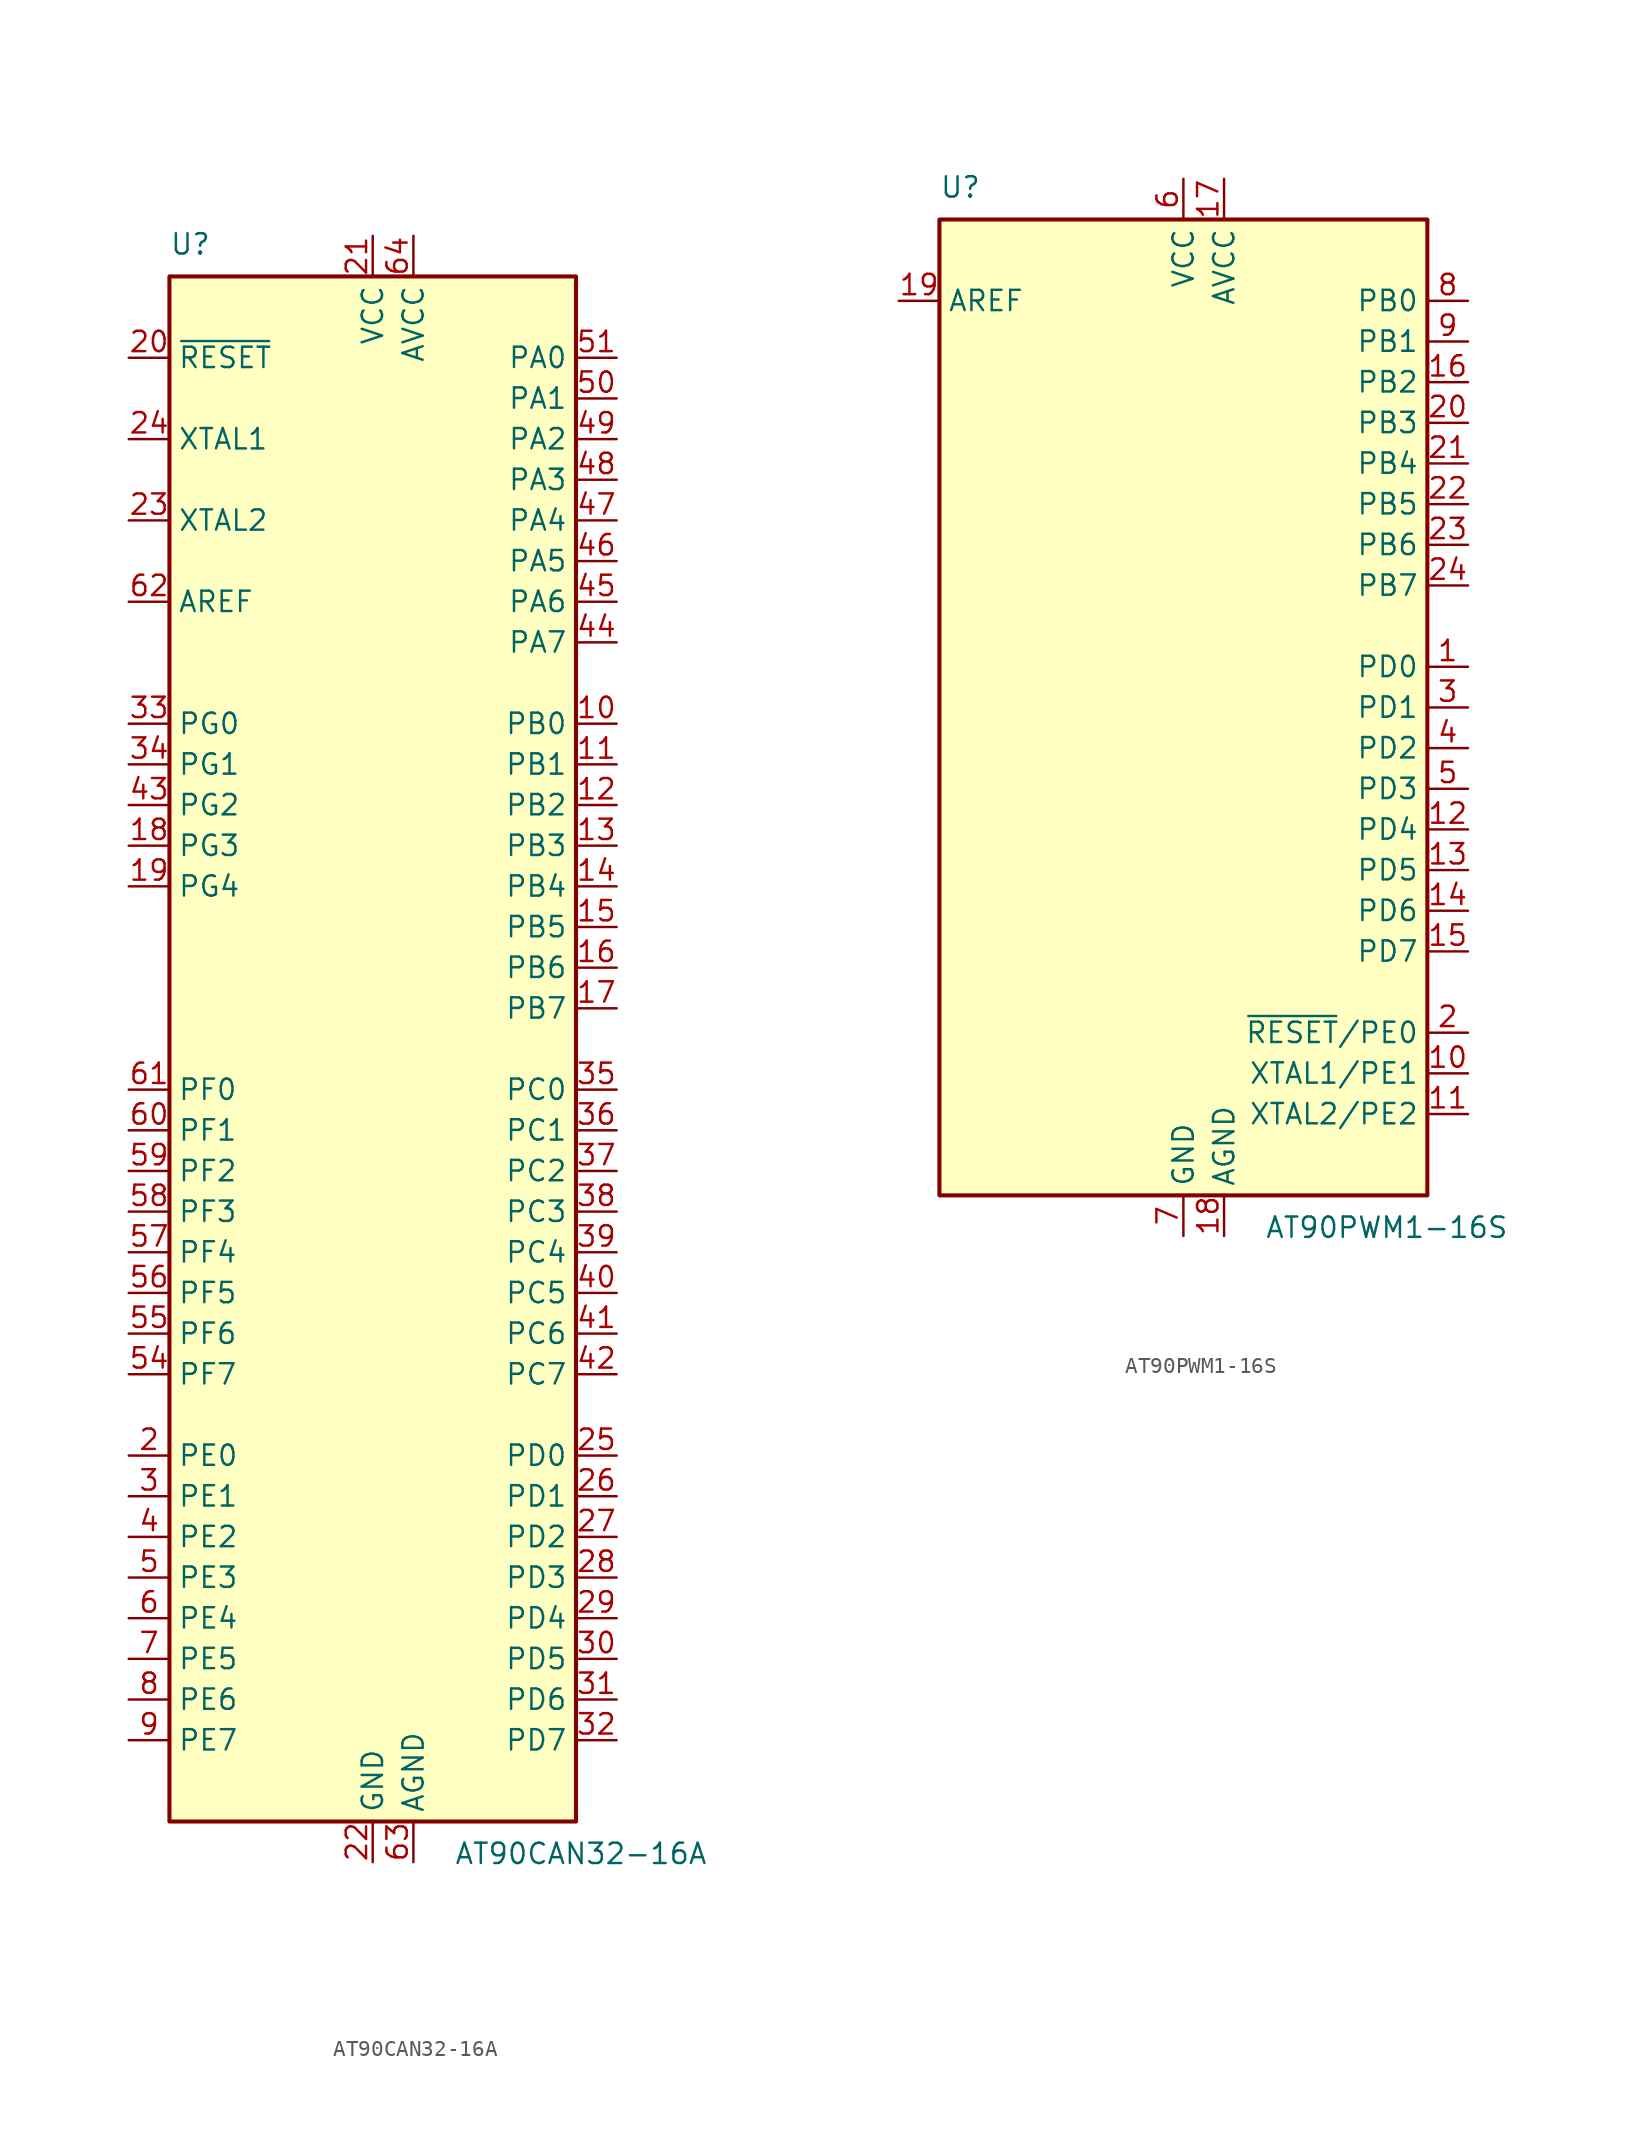
<source format=kicad_sym>
(kicad_symbol_lib
  (version 20211014)
  (generator kicad_symbol_editor)
  (symbol "AT90CAN32-16A"
    (property "Reference" "U"
      (at -12.7 49.53 0)
      (effects (font (size 1.27 1.27)) (justify left bottom)))
    (property "Value" "AT90CAN32-16A"
      (at 5.08 -49.53 0)
      (effects (font (size 1.27 1.27)) (justify left top)))
    (symbol "AT90CAN32-16A_0_1"
      (rectangle (start -12.7 -48.26) (end 12.7 48.26) (stroke (width 0.254) (type default) (color 0 0 0 0)) (fill (type background))))
    (symbol "AT90CAN32-16A_1_1"
      (pin no_connect line (at -12.7 -45.72 0) (length 2.54) hide (name "NC" (effects (font (size 1.27 1.27)))) (number "1" (effects (font (size 1.27 1.27)))))
      (pin bidirectional line (at 15.24 20.32 180) (length 2.54) (name "PB0" (effects (font (size 1.27 1.27)))) (number "10" (effects (font (size 1.27 1.27)))))
      (pin bidirectional line (at 15.24 17.78 180) (length 2.54) (name "PB1" (effects (font (size 1.27 1.27)))) (number "11" (effects (font (size 1.27 1.27)))))
      (pin bidirectional line (at 15.24 15.24 180) (length 2.54) (name "PB2" (effects (font (size 1.27 1.27)))) (number "12" (effects (font (size 1.27 1.27)))))
      (pin bidirectional line (at 15.24 12.7 180) (length 2.54) (name "PB3" (effects (font (size 1.27 1.27)))) (number "13" (effects (font (size 1.27 1.27)))))
      (pin bidirectional line (at 15.24 10.16 180) (length 2.54) (name "PB4" (effects (font (size 1.27 1.27)))) (number "14" (effects (font (size 1.27 1.27)))))
      (pin bidirectional line (at 15.24 7.62 180) (length 2.54) (name "PB5" (effects (font (size 1.27 1.27)))) (number "15" (effects (font (size 1.27 1.27)))))
      (pin bidirectional line (at 15.24 5.08 180) (length 2.54) (name "PB6" (effects (font (size 1.27 1.27)))) (number "16" (effects (font (size 1.27 1.27)))))
      (pin bidirectional line (at 15.24 2.54 180) (length 2.54) (name "PB7" (effects (font (size 1.27 1.27)))) (number "17" (effects (font (size 1.27 1.27)))))
      (pin bidirectional line (at -15.24 12.7 0) (length 2.54) (name "PG3" (effects (font (size 1.27 1.27)))) (number "18" (effects (font (size 1.27 1.27)))))
      (pin bidirectional line (at -15.24 10.16 0) (length 2.54) (name "PG4" (effects (font (size 1.27 1.27)))) (number "19" (effects (font (size 1.27 1.27)))))
      (pin bidirectional line (at -15.24 -25.4 0) (length 2.54) (name "PE0" (effects (font (size 1.27 1.27)))) (number "2" (effects (font (size 1.27 1.27)))))
      (pin input line (at -15.24 43.18 0) (length 2.54) (name "~{RESET}" (effects (font (size 1.27 1.27)))) (number "20" (effects (font (size 1.27 1.27)))))
      (pin power_in line (at 0 50.8 270) (length 2.54) (name "VCC" (effects (font (size 1.27 1.27)))) (number "21" (effects (font (size 1.27 1.27)))))
      (pin power_in line (at 0 -50.8 90) (length 2.54) (name "GND" (effects (font (size 1.27 1.27)))) (number "22" (effects (font (size 1.27 1.27)))))
      (pin output line (at -15.24 33.02 0) (length 2.54) (name "XTAL2" (effects (font (size 1.27 1.27)))) (number "23" (effects (font (size 1.27 1.27)))))
      (pin input line (at -15.24 38.1 0) (length 2.54) (name "XTAL1" (effects (font (size 1.27 1.27)))) (number "24" (effects (font (size 1.27 1.27)))))
      (pin bidirectional line (at 15.24 -25.4 180) (length 2.54) (name "PD0" (effects (font (size 1.27 1.27)))) (number "25" (effects (font (size 1.27 1.27)))))
      (pin bidirectional line (at 15.24 -27.94 180) (length 2.54) (name "PD1" (effects (font (size 1.27 1.27)))) (number "26" (effects (font (size 1.27 1.27)))))
      (pin bidirectional line (at 15.24 -30.48 180) (length 2.54) (name "PD2" (effects (font (size 1.27 1.27)))) (number "27" (effects (font (size 1.27 1.27)))))
      (pin bidirectional line (at 15.24 -33.02 180) (length 2.54) (name "PD3" (effects (font (size 1.27 1.27)))) (number "28" (effects (font (size 1.27 1.27)))))
      (pin bidirectional line (at 15.24 -35.56 180) (length 2.54) (name "PD4" (effects (font (size 1.27 1.27)))) (number "29" (effects (font (size 1.27 1.27)))))
      (pin bidirectional line (at -15.24 -27.94 0) (length 2.54) (name "PE1" (effects (font (size 1.27 1.27)))) (number "3" (effects (font (size 1.27 1.27)))))
      (pin bidirectional line (at 15.24 -38.1 180) (length 2.54) (name "PD5" (effects (font (size 1.27 1.27)))) (number "30" (effects (font (size 1.27 1.27)))))
      (pin bidirectional line (at 15.24 -40.64 180) (length 2.54) (name "PD6" (effects (font (size 1.27 1.27)))) (number "31" (effects (font (size 1.27 1.27)))))
      (pin bidirectional line (at 15.24 -43.18 180) (length 2.54) (name "PD7" (effects (font (size 1.27 1.27)))) (number "32" (effects (font (size 1.27 1.27)))))
      (pin bidirectional line (at -15.24 20.32 0) (length 2.54) (name "PG0" (effects (font (size 1.27 1.27)))) (number "33" (effects (font (size 1.27 1.27)))))
      (pin bidirectional line (at -15.24 17.78 0) (length 2.54) (name "PG1" (effects (font (size 1.27 1.27)))) (number "34" (effects (font (size 1.27 1.27)))))
      (pin bidirectional line (at 15.24 -2.54 180) (length 2.54) (name "PC0" (effects (font (size 1.27 1.27)))) (number "35" (effects (font (size 1.27 1.27)))))
      (pin bidirectional line (at 15.24 -5.08 180) (length 2.54) (name "PC1" (effects (font (size 1.27 1.27)))) (number "36" (effects (font (size 1.27 1.27)))))
      (pin bidirectional line (at 15.24 -7.62 180) (length 2.54) (name "PC2" (effects (font (size 1.27 1.27)))) (number "37" (effects (font (size 1.27 1.27)))))
      (pin bidirectional line (at 15.24 -10.16 180) (length 2.54) (name "PC3" (effects (font (size 1.27 1.27)))) (number "38" (effects (font (size 1.27 1.27)))))
      (pin bidirectional line (at 15.24 -12.7 180) (length 2.54) (name "PC4" (effects (font (size 1.27 1.27)))) (number "39" (effects (font (size 1.27 1.27)))))
      (pin bidirectional line (at -15.24 -30.48 0) (length 2.54) (name "PE2" (effects (font (size 1.27 1.27)))) (number "4" (effects (font (size 1.27 1.27)))))
      (pin bidirectional line (at 15.24 -15.24 180) (length 2.54) (name "PC5" (effects (font (size 1.27 1.27)))) (number "40" (effects (font (size 1.27 1.27)))))
      (pin bidirectional line (at 15.24 -17.78 180) (length 2.54) (name "PC6" (effects (font (size 1.27 1.27)))) (number "41" (effects (font (size 1.27 1.27)))))
      (pin bidirectional line (at 15.24 -20.32 180) (length 2.54) (name "PC7" (effects (font (size 1.27 1.27)))) (number "42" (effects (font (size 1.27 1.27)))))
      (pin bidirectional line (at -15.24 15.24 0) (length 2.54) (name "PG2" (effects (font (size 1.27 1.27)))) (number "43" (effects (font (size 1.27 1.27)))))
      (pin bidirectional line (at 15.24 25.4 180) (length 2.54) (name "PA7" (effects (font (size 1.27 1.27)))) (number "44" (effects (font (size 1.27 1.27)))))
      (pin bidirectional line (at 15.24 27.94 180) (length 2.54) (name "PA6" (effects (font (size 1.27 1.27)))) (number "45" (effects (font (size 1.27 1.27)))))
      (pin bidirectional line (at 15.24 30.48 180) (length 2.54) (name "PA5" (effects (font (size 1.27 1.27)))) (number "46" (effects (font (size 1.27 1.27)))))
      (pin bidirectional line (at 15.24 33.02 180) (length 2.54) (name "PA4" (effects (font (size 1.27 1.27)))) (number "47" (effects (font (size 1.27 1.27)))))
      (pin bidirectional line (at 15.24 35.56 180) (length 2.54) (name "PA3" (effects (font (size 1.27 1.27)))) (number "48" (effects (font (size 1.27 1.27)))))
      (pin bidirectional line (at 15.24 38.1 180) (length 2.54) (name "PA2" (effects (font (size 1.27 1.27)))) (number "49" (effects (font (size 1.27 1.27)))))
      (pin bidirectional line (at -15.24 -33.02 0) (length 2.54) (name "PE3" (effects (font (size 1.27 1.27)))) (number "5" (effects (font (size 1.27 1.27)))))
      (pin bidirectional line (at 15.24 40.64 180) (length 2.54) (name "PA1" (effects (font (size 1.27 1.27)))) (number "50" (effects (font (size 1.27 1.27)))))
      (pin bidirectional line (at 15.24 43.18 180) (length 2.54) (name "PA0" (effects (font (size 1.27 1.27)))) (number "51" (effects (font (size 1.27 1.27)))))
      (pin passive line (at 0 50.8 270) (length 2.54) hide (name "VCC" (effects (font (size 1.27 1.27)))) (number "52" (effects (font (size 1.27 1.27)))))
      (pin passive line (at 0 -50.8 90) (length 2.54) hide (name "GND" (effects (font (size 1.27 1.27)))) (number "53" (effects (font (size 1.27 1.27)))))
      (pin bidirectional line (at -15.24 -20.32 0) (length 2.54) (name "PF7" (effects (font (size 1.27 1.27)))) (number "54" (effects (font (size 1.27 1.27)))))
      (pin bidirectional line (at -15.24 -17.78 0) (length 2.54) (name "PF6" (effects (font (size 1.27 1.27)))) (number "55" (effects (font (size 1.27 1.27)))))
      (pin bidirectional line (at -15.24 -15.24 0) (length 2.54) (name "PF5" (effects (font (size 1.27 1.27)))) (number "56" (effects (font (size 1.27 1.27)))))
      (pin bidirectional line (at -15.24 -12.7 0) (length 2.54) (name "PF4" (effects (font (size 1.27 1.27)))) (number "57" (effects (font (size 1.27 1.27)))))
      (pin bidirectional line (at -15.24 -10.16 0) (length 2.54) (name "PF3" (effects (font (size 1.27 1.27)))) (number "58" (effects (font (size 1.27 1.27)))))
      (pin bidirectional line (at -15.24 -7.62 0) (length 2.54) (name "PF2" (effects (font (size 1.27 1.27)))) (number "59" (effects (font (size 1.27 1.27)))))
      (pin bidirectional line (at -15.24 -35.56 0) (length 2.54) (name "PE4" (effects (font (size 1.27 1.27)))) (number "6" (effects (font (size 1.27 1.27)))))
      (pin bidirectional line (at -15.24 -5.08 0) (length 2.54) (name "PF1" (effects (font (size 1.27 1.27)))) (number "60" (effects (font (size 1.27 1.27)))))
      (pin bidirectional line (at -15.24 -2.54 0) (length 2.54) (name "PF0" (effects (font (size 1.27 1.27)))) (number "61" (effects (font (size 1.27 1.27)))))
      (pin passive line (at -15.24 27.94 0) (length 2.54) (name "AREF" (effects (font (size 1.27 1.27)))) (number "62" (effects (font (size 1.27 1.27)))))
      (pin power_in line (at 2.54 -50.8 90) (length 2.54) (name "AGND" (effects (font (size 1.27 1.27)))) (number "63" (effects (font (size 1.27 1.27)))))
      (pin power_in line (at 2.54 50.8 270) (length 2.54) (name "AVCC" (effects (font (size 1.27 1.27)))) (number "64" (effects (font (size 1.27 1.27)))))
      (pin bidirectional line (at -15.24 -38.1 0) (length 2.54) (name "PE5" (effects (font (size 1.27 1.27)))) (number "7" (effects (font (size 1.27 1.27)))))
      (pin bidirectional line (at -15.24 -40.64 0) (length 2.54) (name "PE6" (effects (font (size 1.27 1.27)))) (number "8" (effects (font (size 1.27 1.27)))))
      (pin bidirectional line (at -15.24 -43.18 0) (length 2.54) (name "PE7" (effects (font (size 1.27 1.27)))) (number "9" (effects (font (size 1.27 1.27)))))))
  (symbol "AT90PWM1-16S"
    (property "Reference" "U"
      (at -15.24 31.75 0)
      (effects (font (size 1.27 1.27)) (justify left bottom)))
    (property "Value" "AT90PWM1-16S"
      (at 5.08 -31.75 0)
      (effects (font (size 1.27 1.27)) (justify left top)))
    (symbol "AT90PWM1-16S_0_1"
      (rectangle (start -15.24 -30.48) (end 15.24 30.48) (stroke (width 0.254) (type default) (color 0 0 0 0)) (fill (type background))))
    (symbol "AT90PWM1-16S_1_1"
      (pin bidirectional line (at 17.78 2.54 180) (length 2.54) (name "PD0" (effects (font (size 1.27 1.27)))) (number "1" (effects (font (size 1.27 1.27)))))
      (pin bidirectional line (at 17.78 -22.86 180) (length 2.54) (name "XTAL1/PE1" (effects (font (size 1.27 1.27)))) (number "10" (effects (font (size 1.27 1.27)))))
      (pin bidirectional line (at 17.78 -25.4 180) (length 2.54) (name "XTAL2/PE2" (effects (font (size 1.27 1.27)))) (number "11" (effects (font (size 1.27 1.27)))))
      (pin bidirectional line (at 17.78 -7.62 180) (length 2.54) (name "PD4" (effects (font (size 1.27 1.27)))) (number "12" (effects (font (size 1.27 1.27)))))
      (pin bidirectional line (at 17.78 -10.16 180) (length 2.54) (name "PD5" (effects (font (size 1.27 1.27)))) (number "13" (effects (font (size 1.27 1.27)))))
      (pin bidirectional line (at 17.78 -12.7 180) (length 2.54) (name "PD6" (effects (font (size 1.27 1.27)))) (number "14" (effects (font (size 1.27 1.27)))))
      (pin bidirectional line (at 17.78 -15.24 180) (length 2.54) (name "PD7" (effects (font (size 1.27 1.27)))) (number "15" (effects (font (size 1.27 1.27)))))
      (pin bidirectional line (at 17.78 20.32 180) (length 2.54) (name "PB2" (effects (font (size 1.27 1.27)))) (number "16" (effects (font (size 1.27 1.27)))))
      (pin power_in line (at 2.54 33.02 270) (length 2.54) (name "AVCC" (effects (font (size 1.27 1.27)))) (number "17" (effects (font (size 1.27 1.27)))))
      (pin power_in line (at 2.54 -33.02 90) (length 2.54) (name "AGND" (effects (font (size 1.27 1.27)))) (number "18" (effects (font (size 1.27 1.27)))))
      (pin passive line (at -17.78 25.4 0) (length 2.54) (name "AREF" (effects (font (size 1.27 1.27)))) (number "19" (effects (font (size 1.27 1.27)))))
      (pin bidirectional line (at 17.78 -20.32 180) (length 2.54) (name "~{RESET}/PE0" (effects (font (size 1.27 1.27)))) (number "2" (effects (font (size 1.27 1.27)))))
      (pin bidirectional line (at 17.78 17.78 180) (length 2.54) (name "PB3" (effects (font (size 1.27 1.27)))) (number "20" (effects (font (size 1.27 1.27)))))
      (pin bidirectional line (at 17.78 15.24 180) (length 2.54) (name "PB4" (effects (font (size 1.27 1.27)))) (number "21" (effects (font (size 1.27 1.27)))))
      (pin bidirectional line (at 17.78 12.7 180) (length 2.54) (name "PB5" (effects (font (size 1.27 1.27)))) (number "22" (effects (font (size 1.27 1.27)))))
      (pin bidirectional line (at 17.78 10.16 180) (length 2.54) (name "PB6" (effects (font (size 1.27 1.27)))) (number "23" (effects (font (size 1.27 1.27)))))
      (pin bidirectional line (at 17.78 7.62 180) (length 2.54) (name "PB7" (effects (font (size 1.27 1.27)))) (number "24" (effects (font (size 1.27 1.27)))))
      (pin bidirectional line (at 17.78 0 180) (length 2.54) (name "PD1" (effects (font (size 1.27 1.27)))) (number "3" (effects (font (size 1.27 1.27)))))
      (pin bidirectional line (at 17.78 -2.54 180) (length 2.54) (name "PD2" (effects (font (size 1.27 1.27)))) (number "4" (effects (font (size 1.27 1.27)))))
      (pin bidirectional line (at 17.78 -5.08 180) (length 2.54) (name "PD3" (effects (font (size 1.27 1.27)))) (number "5" (effects (font (size 1.27 1.27)))))
      (pin power_in line (at 0 33.02 270) (length 2.54) (name "VCC" (effects (font (size 1.27 1.27)))) (number "6" (effects (font (size 1.27 1.27)))))
      (pin power_in line (at 0 -33.02 90) (length 2.54) (name "GND" (effects (font (size 1.27 1.27)))) (number "7" (effects (font (size 1.27 1.27)))))
      (pin bidirectional line (at 17.78 25.4 180) (length 2.54) (name "PB0" (effects (font (size 1.27 1.27)))) (number "8" (effects (font (size 1.27 1.27)))))
      (pin bidirectional line (at 17.78 22.86 180) (length 2.54) (name "PB1" (effects (font (size 1.27 1.27)))) (number "9" (effects (font (size 1.27 1.27))))))))
</source>
